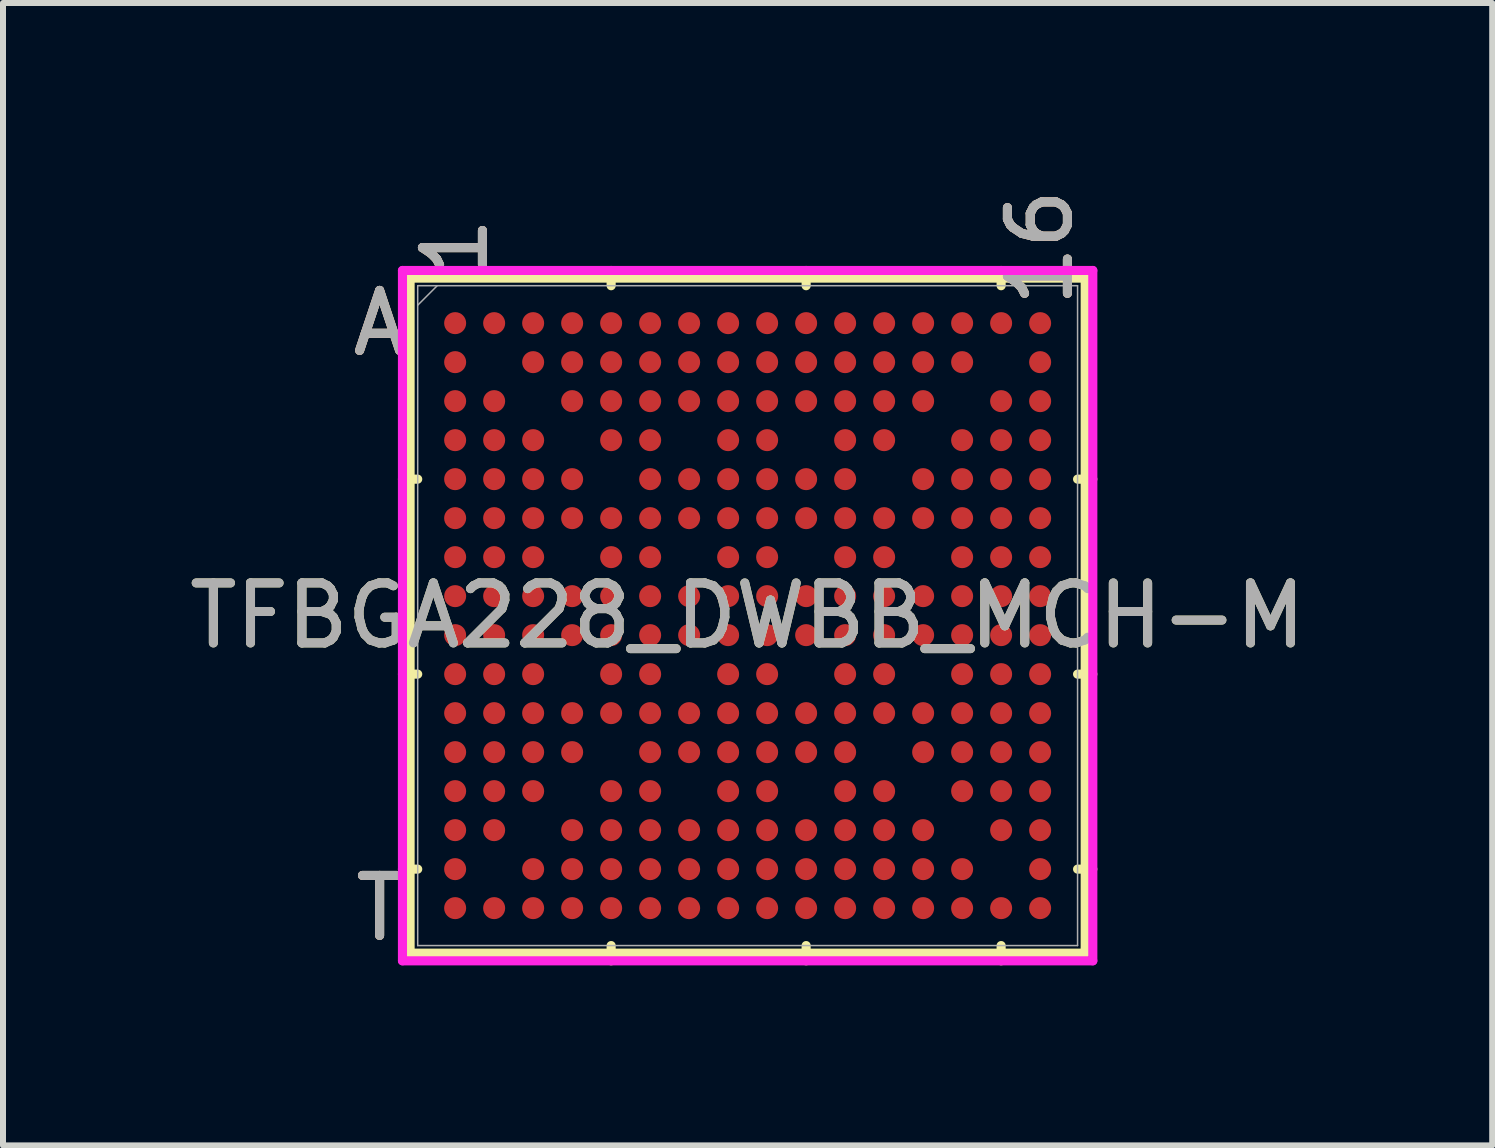
<source format=kicad_pcb>
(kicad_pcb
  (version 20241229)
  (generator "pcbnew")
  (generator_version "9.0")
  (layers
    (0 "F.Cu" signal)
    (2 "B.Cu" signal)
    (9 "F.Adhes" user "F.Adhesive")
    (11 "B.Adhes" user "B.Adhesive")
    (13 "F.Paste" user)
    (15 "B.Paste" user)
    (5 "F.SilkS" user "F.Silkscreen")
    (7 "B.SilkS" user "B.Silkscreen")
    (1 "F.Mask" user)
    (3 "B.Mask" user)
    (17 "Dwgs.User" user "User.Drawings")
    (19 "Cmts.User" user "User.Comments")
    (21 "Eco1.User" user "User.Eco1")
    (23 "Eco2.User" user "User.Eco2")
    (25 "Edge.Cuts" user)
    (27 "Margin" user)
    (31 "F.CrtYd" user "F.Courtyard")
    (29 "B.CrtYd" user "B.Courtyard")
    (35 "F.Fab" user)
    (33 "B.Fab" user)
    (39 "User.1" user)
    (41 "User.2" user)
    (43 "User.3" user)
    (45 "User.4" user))
  (footprint "TFBGA228_DWBB_MCH-M"
    (layer "F.Cu")
    (at 9.411 7.211)
    (property "Reference" "TFBGA228_DWBB_MCH-M" (at 0 0 0) (unlocked yes) (layer "F.SilkS") (effects (font (size 1 1) (thickness 0.15))))
    (attr smd)
    (fp_line (start -5.626 -5.626) (end -5.626 5.626) (stroke (width 0.152) (type solid)) (layer "F.SilkS"))
    (fp_line (start -5.626 5.626) (end 5.626 5.626) (stroke (width 0.152) (type solid)) (layer "F.SilkS"))
    (fp_line (start -5.499 -2.275) (end -5.753 -2.275) (stroke (width 0.152) (type solid)) (layer "F.SilkS"))
    (fp_line (start -5.499 0.975) (end -5.753 0.975) (stroke (width 0.152) (type solid)) (layer "F.SilkS"))
    (fp_line (start -5.499 4.225) (end -5.753 4.225) (stroke (width 0.152) (type solid)) (layer "F.SilkS"))
    (fp_line (start -2.275 -5.499) (end -2.275 -5.753) (stroke (width 0.152) (type solid)) (layer "F.SilkS"))
    (fp_line (start -2.275 5.499) (end -2.275 5.753) (stroke (width 0.152) (type solid)) (layer "F.SilkS"))
    (fp_line (start 0.975 -5.499) (end 0.975 -5.753) (stroke (width 0.152) (type solid)) (layer "F.SilkS"))
    (fp_line (start 0.975 5.499) (end 0.975 5.753) (stroke (width 0.152) (type solid)) (layer "F.SilkS"))
    (fp_line (start 4.225 -5.499) (end 4.225 -5.753) (stroke (width 0.152) (type solid)) (layer "F.SilkS"))
    (fp_line (start 4.225 5.499) (end 4.225 5.753) (stroke (width 0.152) (type solid)) (layer "F.SilkS"))
    (fp_line (start 5.499 -2.275) (end 5.753 -2.275) (stroke (width 0.152) (type solid)) (layer "F.SilkS"))
    (fp_line (start 5.499 0.975) (end 5.753 0.975) (stroke (width 0.152) (type solid)) (layer "F.SilkS"))
    (fp_line (start 5.499 4.225) (end 5.753 4.225) (stroke (width 0.152) (type solid)) (layer "F.SilkS"))
    (fp_line (start 5.626 -5.626) (end -5.626 -5.626) (stroke (width 0.152) (type solid)) (layer "F.SilkS"))
    (fp_line (start 5.626 5.626) (end 5.626 -5.626) (stroke (width 0.152) (type solid)) (layer "F.SilkS"))
    (fp_poly (pts (xy -5.644 -5.644) (xy 5.644 -5.644) (xy 5.644 5.644) (xy -5.644 5.644)) (stroke (width 0.1) (type solid)) (fill no) (layer "Eco2.User"))
    (fp_line (start -5.753 -5.753) (end 5.753 -5.753) (stroke (width 0.152) (type solid)) (layer "F.CrtYd"))
    (fp_line (start -5.753 5.753) (end -5.753 -5.753) (stroke (width 0.152) (type solid)) (layer "F.CrtYd"))
    (fp_line (start 5.753 -5.753) (end 5.753 5.753) (stroke (width 0.152) (type solid)) (layer "F.CrtYd"))
    (fp_line (start 5.753 5.753) (end -5.753 5.753) (stroke (width 0.152) (type solid)) (layer "F.CrtYd"))
    (fp_line (start -5.499 -5.499) (end -5.499 5.499) (stroke (width 0.025) (type solid)) (layer "F.Fab"))
    (fp_line (start -5.499 5.499) (end 5.499 5.499) (stroke (width 0.025) (type solid)) (layer "F.Fab"))
    (fp_line (start -5.174 -5.499) (end -5.499 -5.174) (stroke (width 0.025) (type solid)) (layer "F.Fab"))
    (fp_line (start 5.499 -5.499) (end -5.499 -5.499) (stroke (width 0.025) (type solid)) (layer "F.Fab"))
    (fp_line (start 5.499 5.499) (end 5.499 -5.499) (stroke (width 0.025) (type solid)) (layer "F.Fab"))
    (fp_text user "T" (at -6.134 4.875 0) (unlocked yes) (layer "F.SilkS") (effects (font (size 1 1) (thickness 0.15))))
    (fp_text user "1" (at -4.875 -6.134 90) (unlocked yes) (layer "F.SilkS") (effects (font (size 1 1) (thickness 0.15))))
    (fp_text user "16" (at 4.875 -6.134 90) (unlocked yes) (layer "F.SilkS") (effects (font (size 1 1) (thickness 0.15))))
    (fp_text user "A" (at -6.134 -4.875 0) (unlocked yes) (layer "F.SilkS") (effects (font (size 1 1) (thickness 0.15))))
    (fp_text user "16" (at 4.875 -6.134 90) (unlocked yes) (layer "B.SilkS") (effects (font (size 1 1) (thickness 0.15))))
    (fp_text user "1" (at -4.875 -6.134 90) (unlocked yes) (layer "B.SilkS") (effects (font (size 1 1) (thickness 0.15))))
    (fp_text user "T" (at -6.134 4.875 0) (unlocked yes) (layer "B.SilkS") (effects (font (size 1 1) (thickness 0.15))))
    (fp_text user "A" (at -6.134 -4.875 0) (unlocked yes) (layer "B.SilkS") (effects (font (size 1 1) (thickness 0.15))))
    (fp_text user "T" (at -6.134 4.875 0) (unlocked yes) (layer "F.Fab") (effects (font (size 1 1) (thickness 0.15))))
    (fp_text user "16" (at 4.875 -6.134 90) (unlocked yes) (layer "F.Fab") (effects (font (size 1 1) (thickness 0.15))))
    (fp_text user "${REFERENCE}" (at 0 0 0) (unlocked yes) (layer "F.Fab") (effects (font (size 1 1) (thickness 0.15))))
    (fp_text user "1" (at -4.875 -6.134 90) (unlocked yes) (layer "F.Fab") (effects (font (size 1 1) (thickness 0.15))))
    (fp_text user "A" (at -6.134 -4.875 0) (unlocked yes) (layer "F.Fab") (effects (font (size 1 1) (thickness 0.15))))
    (pad "A1" smd circle (at -4.875 -4.875) (size 0.367 0.367) (layers "F.Cu" "F.Mask" "F.Paste"))
    (pad "A2" smd circle (at -4.225 -4.875) (size 0.367 0.367) (layers "F.Cu" "F.Mask" "F.Paste"))
    (pad "A3" smd circle (at -3.575 -4.875) (size 0.367 0.367) (layers "F.Cu" "F.Mask" "F.Paste"))
    (pad "A4" smd circle (at -2.925 -4.875) (size 0.367 0.367) (layers "F.Cu" "F.Mask" "F.Paste"))
    (pad "A5" smd circle (at -2.275 -4.875) (size 0.367 0.367) (layers "F.Cu" "F.Mask" "F.Paste"))
    (pad "A6" smd circle (at -1.625 -4.875) (size 0.367 0.367) (layers "F.Cu" "F.Mask" "F.Paste"))
    (pad "A7" smd circle (at -0.975 -4.875) (size 0.367 0.367) (layers "F.Cu" "F.Mask" "F.Paste"))
    (pad "A8" smd circle (at -0.325 -4.875) (size 0.367 0.367) (layers "F.Cu" "F.Mask" "F.Paste"))
    (pad "A9" smd circle (at 0.325 -4.875) (size 0.367 0.367) (layers "F.Cu" "F.Mask" "F.Paste"))
    (pad "A10" smd circle (at 0.975 -4.875) (size 0.367 0.367) (layers "F.Cu" "F.Mask" "F.Paste"))
    (pad "A11" smd circle (at 1.625 -4.875) (size 0.367 0.367) (layers "F.Cu" "F.Mask" "F.Paste"))
    (pad "A12" smd circle (at 2.275 -4.875) (size 0.367 0.367) (layers "F.Cu" "F.Mask" "F.Paste"))
    (pad "A13" smd circle (at 2.925 -4.875) (size 0.367 0.367) (layers "F.Cu" "F.Mask" "F.Paste"))
    (pad "A14" smd circle (at 3.575 -4.875) (size 0.367 0.367) (layers "F.Cu" "F.Mask" "F.Paste"))
    (pad "A15" smd circle (at 4.225 -4.875) (size 0.367 0.367) (layers "F.Cu" "F.Mask" "F.Paste"))
    (pad "A16" smd circle (at 4.875 -4.875) (size 0.367 0.367) (layers "F.Cu" "F.Mask" "F.Paste"))
    (pad "B1" smd circle (at -4.875 -4.225) (size 0.367 0.367) (layers "F.Cu" "F.Mask" "F.Paste"))
    (pad "B3" smd circle (at -3.575 -4.225) (size 0.367 0.367) (layers "F.Cu" "F.Mask" "F.Paste"))
    (pad "B4" smd circle (at -2.925 -4.225) (size 0.367 0.367) (layers "F.Cu" "F.Mask" "F.Paste"))
    (pad "B5" smd circle (at -2.275 -4.225) (size 0.367 0.367) (layers "F.Cu" "F.Mask" "F.Paste"))
    (pad "B6" smd circle (at -1.625 -4.225) (size 0.367 0.367) (layers "F.Cu" "F.Mask" "F.Paste"))
    (pad "B7" smd circle (at -0.975 -4.225) (size 0.367 0.367) (layers "F.Cu" "F.Mask" "F.Paste"))
    (pad "B8" smd circle (at -0.325 -4.225) (size 0.367 0.367) (layers "F.Cu" "F.Mask" "F.Paste"))
    (pad "B9" smd circle (at 0.325 -4.225) (size 0.367 0.367) (layers "F.Cu" "F.Mask" "F.Paste"))
    (pad "B10" smd circle (at 0.975 -4.225) (size 0.367 0.367) (layers "F.Cu" "F.Mask" "F.Paste"))
    (pad "B11" smd circle (at 1.625 -4.225) (size 0.367 0.367) (layers "F.Cu" "F.Mask" "F.Paste"))
    (pad "B12" smd circle (at 2.275 -4.225) (size 0.367 0.367) (layers "F.Cu" "F.Mask" "F.Paste"))
    (pad "B13" smd circle (at 2.925 -4.225) (size 0.367 0.367) (layers "F.Cu" "F.Mask" "F.Paste"))
    (pad "B14" smd circle (at 3.575 -4.225) (size 0.367 0.367) (layers "F.Cu" "F.Mask" "F.Paste"))
    (pad "B16" smd circle (at 4.875 -4.225) (size 0.367 0.367) (layers "F.Cu" "F.Mask" "F.Paste"))
    (pad "C1" smd circle (at -4.875 -3.575) (size 0.367 0.367) (layers "F.Cu" "F.Mask" "F.Paste"))
    (pad "C2" smd circle (at -4.225 -3.575) (size 0.367 0.367) (layers "F.Cu" "F.Mask" "F.Paste"))
    (pad "C4" smd circle (at -2.925 -3.575) (size 0.367 0.367) (layers "F.Cu" "F.Mask" "F.Paste"))
    (pad "C5" smd circle (at -2.275 -3.575) (size 0.367 0.367) (layers "F.Cu" "F.Mask" "F.Paste"))
    (pad "C6" smd circle (at -1.625 -3.575) (size 0.367 0.367) (layers "F.Cu" "F.Mask" "F.Paste"))
    (pad "C7" smd circle (at -0.975 -3.575) (size 0.367 0.367) (layers "F.Cu" "F.Mask" "F.Paste"))
    (pad "C8" smd circle (at -0.325 -3.575) (size 0.367 0.367) (layers "F.Cu" "F.Mask" "F.Paste"))
    (pad "C9" smd circle (at 0.325 -3.575) (size 0.367 0.367) (layers "F.Cu" "F.Mask" "F.Paste"))
    (pad "C10" smd circle (at 0.975 -3.575) (size 0.367 0.367) (layers "F.Cu" "F.Mask" "F.Paste"))
    (pad "C11" smd circle (at 1.625 -3.575) (size 0.367 0.367) (layers "F.Cu" "F.Mask" "F.Paste"))
    (pad "C12" smd circle (at 2.275 -3.575) (size 0.367 0.367) (layers "F.Cu" "F.Mask" "F.Paste"))
    (pad "C13" smd circle (at 2.925 -3.575) (size 0.367 0.367) (layers "F.Cu" "F.Mask" "F.Paste"))
    (pad "C15" smd circle (at 4.225 -3.575) (size 0.367 0.367) (layers "F.Cu" "F.Mask" "F.Paste"))
    (pad "C16" smd circle (at 4.875 -3.575) (size 0.367 0.367) (layers "F.Cu" "F.Mask" "F.Paste"))
    (pad "D1" smd circle (at -4.875 -2.925) (size 0.367 0.367) (layers "F.Cu" "F.Mask" "F.Paste"))
    (pad "D2" smd circle (at -4.225 -2.925) (size 0.367 0.367) (layers "F.Cu" "F.Mask" "F.Paste"))
    (pad "D3" smd circle (at -3.575 -2.925) (size 0.367 0.367) (layers "F.Cu" "F.Mask" "F.Paste"))
    (pad "D5" smd circle (at -2.275 -2.925) (size 0.367 0.367) (layers "F.Cu" "F.Mask" "F.Paste"))
    (pad "D6" smd circle (at -1.625 -2.925) (size 0.367 0.367) (layers "F.Cu" "F.Mask" "F.Paste"))
    (pad "D8" smd circle (at -0.325 -2.925) (size 0.367 0.367) (layers "F.Cu" "F.Mask" "F.Paste"))
    (pad "D9" smd circle (at 0.325 -2.925) (size 0.367 0.367) (layers "F.Cu" "F.Mask" "F.Paste"))
    (pad "D11" smd circle (at 1.625 -2.925) (size 0.367 0.367) (layers "F.Cu" "F.Mask" "F.Paste"))
    (pad "D12" smd circle (at 2.275 -2.925) (size 0.367 0.367) (layers "F.Cu" "F.Mask" "F.Paste"))
    (pad "D14" smd circle (at 3.575 -2.925) (size 0.367 0.367) (layers "F.Cu" "F.Mask" "F.Paste"))
    (pad "D15" smd circle (at 4.225 -2.925) (size 0.367 0.367) (layers "F.Cu" "F.Mask" "F.Paste"))
    (pad "D16" smd circle (at 4.875 -2.925) (size 0.367 0.367) (layers "F.Cu" "F.Mask" "F.Paste"))
    (pad "E1" smd circle (at -4.875 -2.275) (size 0.367 0.367) (layers "F.Cu" "F.Mask" "F.Paste"))
    (pad "E2" smd circle (at -4.225 -2.275) (size 0.367 0.367) (layers "F.Cu" "F.Mask" "F.Paste"))
    (pad "E3" smd circle (at -3.575 -2.275) (size 0.367 0.367) (layers "F.Cu" "F.Mask" "F.Paste"))
    (pad "E4" smd circle (at -2.925 -2.275) (size 0.367 0.367) (layers "F.Cu" "F.Mask" "F.Paste"))
    (pad "E6" smd circle (at -1.625 -2.275) (size 0.367 0.367) (layers "F.Cu" "F.Mask" "F.Paste"))
    (pad "E7" smd circle (at -0.975 -2.275) (size 0.367 0.367) (layers "F.Cu" "F.Mask" "F.Paste"))
    (pad "E8" smd circle (at -0.325 -2.275) (size 0.367 0.367) (layers "F.Cu" "F.Mask" "F.Paste"))
    (pad "E9" smd circle (at 0.325 -2.275) (size 0.367 0.367) (layers "F.Cu" "F.Mask" "F.Paste"))
    (pad "E10" smd circle (at 0.975 -2.275) (size 0.367 0.367) (layers "F.Cu" "F.Mask" "F.Paste"))
    (pad "E11" smd circle (at 1.625 -2.275) (size 0.367 0.367) (layers "F.Cu" "F.Mask" "F.Paste"))
    (pad "E13" smd circle (at 2.925 -2.275) (size 0.367 0.367) (layers "F.Cu" "F.Mask" "F.Paste"))
    (pad "E14" smd circle (at 3.575 -2.275) (size 0.367 0.367) (layers "F.Cu" "F.Mask" "F.Paste"))
    (pad "E15" smd circle (at 4.225 -2.275) (size 0.367 0.367) (layers "F.Cu" "F.Mask" "F.Paste"))
    (pad "E16" smd circle (at 4.875 -2.275) (size 0.367 0.367) (layers "F.Cu" "F.Mask" "F.Paste"))
    (pad "F1" smd circle (at -4.875 -1.625) (size 0.367 0.367) (layers "F.Cu" "F.Mask" "F.Paste"))
    (pad "F2" smd circle (at -4.225 -1.625) (size 0.367 0.367) (layers "F.Cu" "F.Mask" "F.Paste"))
    (pad "F3" smd circle (at -3.575 -1.625) (size 0.367 0.367) (layers "F.Cu" "F.Mask" "F.Paste"))
    (pad "F4" smd circle (at -2.925 -1.625) (size 0.367 0.367) (layers "F.Cu" "F.Mask" "F.Paste"))
    (pad "F5" smd circle (at -2.275 -1.625) (size 0.367 0.367) (layers "F.Cu" "F.Mask" "F.Paste"))
    (pad "F6" smd circle (at -1.625 -1.625) (size 0.367 0.367) (layers "F.Cu" "F.Mask" "F.Paste"))
    (pad "F7" smd circle (at -0.975 -1.625) (size 0.367 0.367) (layers "F.Cu" "F.Mask" "F.Paste"))
    (pad "F8" smd circle (at -0.325 -1.625) (size 0.367 0.367) (layers "F.Cu" "F.Mask" "F.Paste"))
    (pad "F9" smd circle (at 0.325 -1.625) (size 0.367 0.367) (layers "F.Cu" "F.Mask" "F.Paste"))
    (pad "F10" smd circle (at 0.975 -1.625) (size 0.367 0.367) (layers "F.Cu" "F.Mask" "F.Paste"))
    (pad "F11" smd circle (at 1.625 -1.625) (size 0.367 0.367) (layers "F.Cu" "F.Mask" "F.Paste"))
    (pad "F12" smd circle (at 2.275 -1.625) (size 0.367 0.367) (layers "F.Cu" "F.Mask" "F.Paste"))
    (pad "F13" smd circle (at 2.925 -1.625) (size 0.367 0.367) (layers "F.Cu" "F.Mask" "F.Paste"))
    (pad "F14" smd circle (at 3.575 -1.625) (size 0.367 0.367) (layers "F.Cu" "F.Mask" "F.Paste"))
    (pad "F15" smd circle (at 4.225 -1.625) (size 0.367 0.367) (layers "F.Cu" "F.Mask" "F.Paste"))
    (pad "F16" smd circle (at 4.875 -1.625) (size 0.367 0.367) (layers "F.Cu" "F.Mask" "F.Paste"))
    (pad "G1" smd circle (at -4.875 -0.975) (size 0.367 0.367) (layers "F.Cu" "F.Mask" "F.Paste"))
    (pad "G2" smd circle (at -4.225 -0.975) (size 0.367 0.367) (layers "F.Cu" "F.Mask" "F.Paste"))
    (pad "G3" smd circle (at -3.575 -0.975) (size 0.367 0.367) (layers "F.Cu" "F.Mask" "F.Paste"))
    (pad "G5" smd circle (at -2.275 -0.975) (size 0.367 0.367) (layers "F.Cu" "F.Mask" "F.Paste"))
    (pad "G6" smd circle (at -1.625 -0.975) (size 0.367 0.367) (layers "F.Cu" "F.Mask" "F.Paste"))
    (pad "G8" smd circle (at -0.325 -0.975) (size 0.367 0.367) (layers "F.Cu" "F.Mask" "F.Paste"))
    (pad "G9" smd circle (at 0.325 -0.975) (size 0.367 0.367) (layers "F.Cu" "F.Mask" "F.Paste"))
    (pad "G11" smd circle (at 1.625 -0.975) (size 0.367 0.367) (layers "F.Cu" "F.Mask" "F.Paste"))
    (pad "G12" smd circle (at 2.275 -0.975) (size 0.367 0.367) (layers "F.Cu" "F.Mask" "F.Paste"))
    (pad "G14" smd circle (at 3.575 -0.975) (size 0.367 0.367) (layers "F.Cu" "F.Mask" "F.Paste"))
    (pad "G15" smd circle (at 4.225 -0.975) (size 0.367 0.367) (layers "F.Cu" "F.Mask" "F.Paste"))
    (pad "G16" smd circle (at 4.875 -0.975) (size 0.367 0.367) (layers "F.Cu" "F.Mask" "F.Paste"))
    (pad "H1" smd circle (at -4.875 -0.325) (size 0.367 0.367) (layers "F.Cu" "F.Mask" "F.Paste"))
    (pad "H2" smd circle (at -4.225 -0.325) (size 0.367 0.367) (layers "F.Cu" "F.Mask" "F.Paste"))
    (pad "H3" smd circle (at -3.575 -0.325) (size 0.367 0.367) (layers "F.Cu" "F.Mask" "F.Paste"))
    (pad "H4" smd circle (at -2.925 -0.325) (size 0.367 0.367) (layers "F.Cu" "F.Mask" "F.Paste"))
    (pad "H5" smd circle (at -2.275 -0.325) (size 0.367 0.367) (layers "F.Cu" "F.Mask" "F.Paste"))
    (pad "H6" smd circle (at -1.625 -0.325) (size 0.367 0.367) (layers "F.Cu" "F.Mask" "F.Paste"))
    (pad "H7" smd circle (at -0.975 -0.325) (size 0.367 0.367) (layers "F.Cu" "F.Mask" "F.Paste"))
    (pad "H8" smd circle (at -0.325 -0.325) (size 0.367 0.367) (layers "F.Cu" "F.Mask" "F.Paste"))
    (pad "H9" smd circle (at 0.325 -0.325) (size 0.367 0.367) (layers "F.Cu" "F.Mask" "F.Paste"))
    (pad "H10" smd circle (at 0.975 -0.325) (size 0.367 0.367) (layers "F.Cu" "F.Mask" "F.Paste"))
    (pad "H11" smd circle (at 1.625 -0.325) (size 0.367 0.367) (layers "F.Cu" "F.Mask" "F.Paste"))
    (pad "H12" smd circle (at 2.275 -0.325) (size 0.367 0.367) (layers "F.Cu" "F.Mask" "F.Paste"))
    (pad "H13" smd circle (at 2.925 -0.325) (size 0.367 0.367) (layers "F.Cu" "F.Mask" "F.Paste"))
    (pad "H14" smd circle (at 3.575 -0.325) (size 0.367 0.367) (layers "F.Cu" "F.Mask" "F.Paste"))
    (pad "H15" smd circle (at 4.225 -0.325) (size 0.367 0.367) (layers "F.Cu" "F.Mask" "F.Paste"))
    (pad "H16" smd circle (at 4.875 -0.325) (size 0.367 0.367) (layers "F.Cu" "F.Mask" "F.Paste"))
    (pad "J1" smd circle (at -4.875 0.325) (size 0.367 0.367) (layers "F.Cu" "F.Mask" "F.Paste"))
    (pad "J2" smd circle (at -4.225 0.325) (size 0.367 0.367) (layers "F.Cu" "F.Mask" "F.Paste"))
    (pad "J3" smd circle (at -3.575 0.325) (size 0.367 0.367) (layers "F.Cu" "F.Mask" "F.Paste"))
    (pad "J4" smd circle (at -2.925 0.325) (size 0.367 0.367) (layers "F.Cu" "F.Mask" "F.Paste"))
    (pad "J5" smd circle (at -2.275 0.325) (size 0.367 0.367) (layers "F.Cu" "F.Mask" "F.Paste"))
    (pad "J6" smd circle (at -1.625 0.325) (size 0.367 0.367) (layers "F.Cu" "F.Mask" "F.Paste"))
    (pad "J7" smd circle (at -0.975 0.325) (size 0.367 0.367) (layers "F.Cu" "F.Mask" "F.Paste"))
    (pad "J8" smd circle (at -0.325 0.325) (size 0.367 0.367) (layers "F.Cu" "F.Mask" "F.Paste"))
    (pad "J9" smd circle (at 0.325 0.325) (size 0.367 0.367) (layers "F.Cu" "F.Mask" "F.Paste"))
    (pad "J10" smd circle (at 0.975 0.325) (size 0.367 0.367) (layers "F.Cu" "F.Mask" "F.Paste"))
    (pad "J11" smd circle (at 1.625 0.325) (size 0.367 0.367) (layers "F.Cu" "F.Mask" "F.Paste"))
    (pad "J12" smd circle (at 2.275 0.325) (size 0.367 0.367) (layers "F.Cu" "F.Mask" "F.Paste"))
    (pad "J13" smd circle (at 2.925 0.325) (size 0.367 0.367) (layers "F.Cu" "F.Mask" "F.Paste"))
    (pad "J14" smd circle (at 3.575 0.325) (size 0.367 0.367) (layers "F.Cu" "F.Mask" "F.Paste"))
    (pad "J15" smd circle (at 4.225 0.325) (size 0.367 0.367) (layers "F.Cu" "F.Mask" "F.Paste"))
    (pad "J16" smd circle (at 4.875 0.325) (size 0.367 0.367) (layers "F.Cu" "F.Mask" "F.Paste"))
    (pad "K1" smd circle (at -4.875 0.975) (size 0.367 0.367) (layers "F.Cu" "F.Mask" "F.Paste"))
    (pad "K2" smd circle (at -4.225 0.975) (size 0.367 0.367) (layers "F.Cu" "F.Mask" "F.Paste"))
    (pad "K3" smd circle (at -3.575 0.975) (size 0.367 0.367) (layers "F.Cu" "F.Mask" "F.Paste"))
    (pad "K5" smd circle (at -2.275 0.975) (size 0.367 0.367) (layers "F.Cu" "F.Mask" "F.Paste"))
    (pad "K6" smd circle (at -1.625 0.975) (size 0.367 0.367) (layers "F.Cu" "F.Mask" "F.Paste"))
    (pad "K8" smd circle (at -0.325 0.975) (size 0.367 0.367) (layers "F.Cu" "F.Mask" "F.Paste"))
    (pad "K9" smd circle (at 0.325 0.975) (size 0.367 0.367) (layers "F.Cu" "F.Mask" "F.Paste"))
    (pad "K11" smd circle (at 1.625 0.975) (size 0.367 0.367) (layers "F.Cu" "F.Mask" "F.Paste"))
    (pad "K12" smd circle (at 2.275 0.975) (size 0.367 0.367) (layers "F.Cu" "F.Mask" "F.Paste"))
    (pad "K14" smd circle (at 3.575 0.975) (size 0.367 0.367) (layers "F.Cu" "F.Mask" "F.Paste"))
    (pad "K15" smd circle (at 4.225 0.975) (size 0.367 0.367) (layers "F.Cu" "F.Mask" "F.Paste"))
    (pad "K16" smd circle (at 4.875 0.975) (size 0.367 0.367) (layers "F.Cu" "F.Mask" "F.Paste"))
    (pad "L1" smd circle (at -4.875 1.625) (size 0.367 0.367) (layers "F.Cu" "F.Mask" "F.Paste"))
    (pad "L2" smd circle (at -4.225 1.625) (size 0.367 0.367) (layers "F.Cu" "F.Mask" "F.Paste"))
    (pad "L3" smd circle (at -3.575 1.625) (size 0.367 0.367) (layers "F.Cu" "F.Mask" "F.Paste"))
    (pad "L4" smd circle (at -2.925 1.625) (size 0.367 0.367) (layers "F.Cu" "F.Mask" "F.Paste"))
    (pad "L5" smd circle (at -2.275 1.625) (size 0.367 0.367) (layers "F.Cu" "F.Mask" "F.Paste"))
    (pad "L6" smd circle (at -1.625 1.625) (size 0.367 0.367) (layers "F.Cu" "F.Mask" "F.Paste"))
    (pad "L7" smd circle (at -0.975 1.625) (size 0.367 0.367) (layers "F.Cu" "F.Mask" "F.Paste"))
    (pad "L8" smd circle (at -0.325 1.625) (size 0.367 0.367) (layers "F.Cu" "F.Mask" "F.Paste"))
    (pad "L9" smd circle (at 0.325 1.625) (size 0.367 0.367) (layers "F.Cu" "F.Mask" "F.Paste"))
    (pad "L10" smd circle (at 0.975 1.625) (size 0.367 0.367) (layers "F.Cu" "F.Mask" "F.Paste"))
    (pad "L11" smd circle (at 1.625 1.625) (size 0.367 0.367) (layers "F.Cu" "F.Mask" "F.Paste"))
    (pad "L12" smd circle (at 2.275 1.625) (size 0.367 0.367) (layers "F.Cu" "F.Mask" "F.Paste"))
    (pad "L13" smd circle (at 2.925 1.625) (size 0.367 0.367) (layers "F.Cu" "F.Mask" "F.Paste"))
    (pad "L14" smd circle (at 3.575 1.625) (size 0.367 0.367) (layers "F.Cu" "F.Mask" "F.Paste"))
    (pad "L15" smd circle (at 4.225 1.625) (size 0.367 0.367) (layers "F.Cu" "F.Mask" "F.Paste"))
    (pad "L16" smd circle (at 4.875 1.625) (size 0.367 0.367) (layers "F.Cu" "F.Mask" "F.Paste"))
    (pad "M1" smd circle (at -4.875 2.275) (size 0.367 0.367) (layers "F.Cu" "F.Mask" "F.Paste"))
    (pad "M2" smd circle (at -4.225 2.275) (size 0.367 0.367) (layers "F.Cu" "F.Mask" "F.Paste"))
    (pad "M3" smd circle (at -3.575 2.275) (size 0.367 0.367) (layers "F.Cu" "F.Mask" "F.Paste"))
    (pad "M4" smd circle (at -2.925 2.275) (size 0.367 0.367) (layers "F.Cu" "F.Mask" "F.Paste"))
    (pad "M6" smd circle (at -1.625 2.275) (size 0.367 0.367) (layers "F.Cu" "F.Mask" "F.Paste"))
    (pad "M7" smd circle (at -0.975 2.275) (size 0.367 0.367) (layers "F.Cu" "F.Mask" "F.Paste"))
    (pad "M8" smd circle (at -0.325 2.275) (size 0.367 0.367) (layers "F.Cu" "F.Mask" "F.Paste"))
    (pad "M9" smd circle (at 0.325 2.275) (size 0.367 0.367) (layers "F.Cu" "F.Mask" "F.Paste"))
    (pad "M10" smd circle (at 0.975 2.275) (size 0.367 0.367) (layers "F.Cu" "F.Mask" "F.Paste"))
    (pad "M11" smd circle (at 1.625 2.275) (size 0.367 0.367) (layers "F.Cu" "F.Mask" "F.Paste"))
    (pad "M13" smd circle (at 2.925 2.275) (size 0.367 0.367) (layers "F.Cu" "F.Mask" "F.Paste"))
    (pad "M14" smd circle (at 3.575 2.275) (size 0.367 0.367) (layers "F.Cu" "F.Mask" "F.Paste"))
    (pad "M15" smd circle (at 4.225 2.275) (size 0.367 0.367) (layers "F.Cu" "F.Mask" "F.Paste"))
    (pad "M16" smd circle (at 4.875 2.275) (size 0.367 0.367) (layers "F.Cu" "F.Mask" "F.Paste"))
    (pad "N1" smd circle (at -4.875 2.925) (size 0.367 0.367) (layers "F.Cu" "F.Mask" "F.Paste"))
    (pad "N2" smd circle (at -4.225 2.925) (size 0.367 0.367) (layers "F.Cu" "F.Mask" "F.Paste"))
    (pad "N3" smd circle (at -3.575 2.925) (size 0.367 0.367) (layers "F.Cu" "F.Mask" "F.Paste"))
    (pad "N5" smd circle (at -2.275 2.925) (size 0.367 0.367) (layers "F.Cu" "F.Mask" "F.Paste"))
    (pad "N6" smd circle (at -1.625 2.925) (size 0.367 0.367) (layers "F.Cu" "F.Mask" "F.Paste"))
    (pad "N8" smd circle (at -0.325 2.925) (size 0.367 0.367) (layers "F.Cu" "F.Mask" "F.Paste"))
    (pad "N9" smd circle (at 0.325 2.925) (size 0.367 0.367) (layers "F.Cu" "F.Mask" "F.Paste"))
    (pad "N11" smd circle (at 1.625 2.925) (size 0.367 0.367) (layers "F.Cu" "F.Mask" "F.Paste"))
    (pad "N12" smd circle (at 2.275 2.925) (size 0.367 0.367) (layers "F.Cu" "F.Mask" "F.Paste"))
    (pad "N14" smd circle (at 3.575 2.925) (size 0.367 0.367) (layers "F.Cu" "F.Mask" "F.Paste"))
    (pad "N15" smd circle (at 4.225 2.925) (size 0.367 0.367) (layers "F.Cu" "F.Mask" "F.Paste"))
    (pad "N16" smd circle (at 4.875 2.925) (size 0.367 0.367) (layers "F.Cu" "F.Mask" "F.Paste"))
    (pad "P1" smd circle (at -4.875 3.575) (size 0.367 0.367) (layers "F.Cu" "F.Mask" "F.Paste"))
    (pad "P2" smd circle (at -4.225 3.575) (size 0.367 0.367) (layers "F.Cu" "F.Mask" "F.Paste"))
    (pad "P4" smd circle (at -2.925 3.575) (size 0.367 0.367) (layers "F.Cu" "F.Mask" "F.Paste"))
    (pad "P5" smd circle (at -2.275 3.575) (size 0.367 0.367) (layers "F.Cu" "F.Mask" "F.Paste"))
    (pad "P6" smd circle (at -1.625 3.575) (size 0.367 0.367) (layers "F.Cu" "F.Mask" "F.Paste"))
    (pad "P7" smd circle (at -0.975 3.575) (size 0.367 0.367) (layers "F.Cu" "F.Mask" "F.Paste"))
    (pad "P8" smd circle (at -0.325 3.575) (size 0.367 0.367) (layers "F.Cu" "F.Mask" "F.Paste"))
    (pad "P9" smd circle (at 0.325 3.575) (size 0.367 0.367) (layers "F.Cu" "F.Mask" "F.Paste"))
    (pad "P10" smd circle (at 0.975 3.575) (size 0.367 0.367) (layers "F.Cu" "F.Mask" "F.Paste"))
    (pad "P11" smd circle (at 1.625 3.575) (size 0.367 0.367) (layers "F.Cu" "F.Mask" "F.Paste"))
    (pad "P12" smd circle (at 2.275 3.575) (size 0.367 0.367) (layers "F.Cu" "F.Mask" "F.Paste"))
    (pad "P13" smd circle (at 2.925 3.575) (size 0.367 0.367) (layers "F.Cu" "F.Mask" "F.Paste"))
    (pad "P15" smd circle (at 4.225 3.575) (size 0.367 0.367) (layers "F.Cu" "F.Mask" "F.Paste"))
    (pad "P16" smd circle (at 4.875 3.575) (size 0.367 0.367) (layers "F.Cu" "F.Mask" "F.Paste"))
    (pad "R1" smd circle (at -4.875 4.225) (size 0.367 0.367) (layers "F.Cu" "F.Mask" "F.Paste"))
    (pad "R3" smd circle (at -3.575 4.225) (size 0.367 0.367) (layers "F.Cu" "F.Mask" "F.Paste"))
    (pad "R4" smd circle (at -2.925 4.225) (size 0.367 0.367) (layers "F.Cu" "F.Mask" "F.Paste"))
    (pad "R5" smd circle (at -2.275 4.225) (size 0.367 0.367) (layers "F.Cu" "F.Mask" "F.Paste"))
    (pad "R6" smd circle (at -1.625 4.225) (size 0.367 0.367) (layers "F.Cu" "F.Mask" "F.Paste"))
    (pad "R7" smd circle (at -0.975 4.225) (size 0.367 0.367) (layers "F.Cu" "F.Mask" "F.Paste"))
    (pad "R8" smd circle (at -0.325 4.225) (size 0.367 0.367) (layers "F.Cu" "F.Mask" "F.Paste"))
    (pad "R9" smd circle (at 0.325 4.225) (size 0.367 0.367) (layers "F.Cu" "F.Mask" "F.Paste"))
    (pad "R10" smd circle (at 0.975 4.225) (size 0.367 0.367) (layers "F.Cu" "F.Mask" "F.Paste"))
    (pad "R11" smd circle (at 1.625 4.225) (size 0.367 0.367) (layers "F.Cu" "F.Mask" "F.Paste"))
    (pad "R12" smd circle (at 2.275 4.225) (size 0.367 0.367) (layers "F.Cu" "F.Mask" "F.Paste"))
    (pad "R13" smd circle (at 2.925 4.225) (size 0.367 0.367) (layers "F.Cu" "F.Mask" "F.Paste"))
    (pad "R14" smd circle (at 3.575 4.225) (size 0.367 0.367) (layers "F.Cu" "F.Mask" "F.Paste"))
    (pad "R16" smd circle (at 4.875 4.225) (size 0.367 0.367) (layers "F.Cu" "F.Mask" "F.Paste"))
    (pad "T1" smd circle (at -4.875 4.875) (size 0.367 0.367) (layers "F.Cu" "F.Mask" "F.Paste"))
    (pad "T2" smd circle (at -4.225 4.875) (size 0.367 0.367) (layers "F.Cu" "F.Mask" "F.Paste"))
    (pad "T3" smd circle (at -3.575 4.875) (size 0.367 0.367) (layers "F.Cu" "F.Mask" "F.Paste"))
    (pad "T4" smd circle (at -2.925 4.875) (size 0.367 0.367) (layers "F.Cu" "F.Mask" "F.Paste"))
    (pad "T5" smd circle (at -2.275 4.875) (size 0.367 0.367) (layers "F.Cu" "F.Mask" "F.Paste"))
    (pad "T6" smd circle (at -1.625 4.875) (size 0.367 0.367) (layers "F.Cu" "F.Mask" "F.Paste"))
    (pad "T7" smd circle (at -0.975 4.875) (size 0.367 0.367) (layers "F.Cu" "F.Mask" "F.Paste"))
    (pad "T8" smd circle (at -0.325 4.875) (size 0.367 0.367) (layers "F.Cu" "F.Mask" "F.Paste"))
    (pad "T9" smd circle (at 0.325 4.875) (size 0.367 0.367) (layers "F.Cu" "F.Mask" "F.Paste"))
    (pad "T10" smd circle (at 0.975 4.875) (size 0.367 0.367) (layers "F.Cu" "F.Mask" "F.Paste"))
    (pad "T11" smd circle (at 1.625 4.875) (size 0.367 0.367) (layers "F.Cu" "F.Mask" "F.Paste"))
    (pad "T12" smd circle (at 2.275 4.875) (size 0.367 0.367) (layers "F.Cu" "F.Mask" "F.Paste"))
    (pad "T13" smd circle (at 2.925 4.875) (size 0.367 0.367) (layers "F.Cu" "F.Mask" "F.Paste"))
    (pad "T14" smd circle (at 3.575 4.875) (size 0.367 0.367) (layers "F.Cu" "F.Mask" "F.Paste"))
    (pad "T15" smd circle (at 4.225 4.875) (size 0.367 0.367) (layers "F.Cu" "F.Mask" "F.Paste"))
    (pad "T16" smd circle (at 4.875 4.875) (size 0.367 0.367) (layers "F.Cu" "F.Mask" "F.Paste")))
  (gr_rect
    (start -3 -3)
    (end 21.821 16.041)
    (stroke (width 0.1) (type default))
    (fill no)
    (layer "Edge.Cuts")))
</source>
